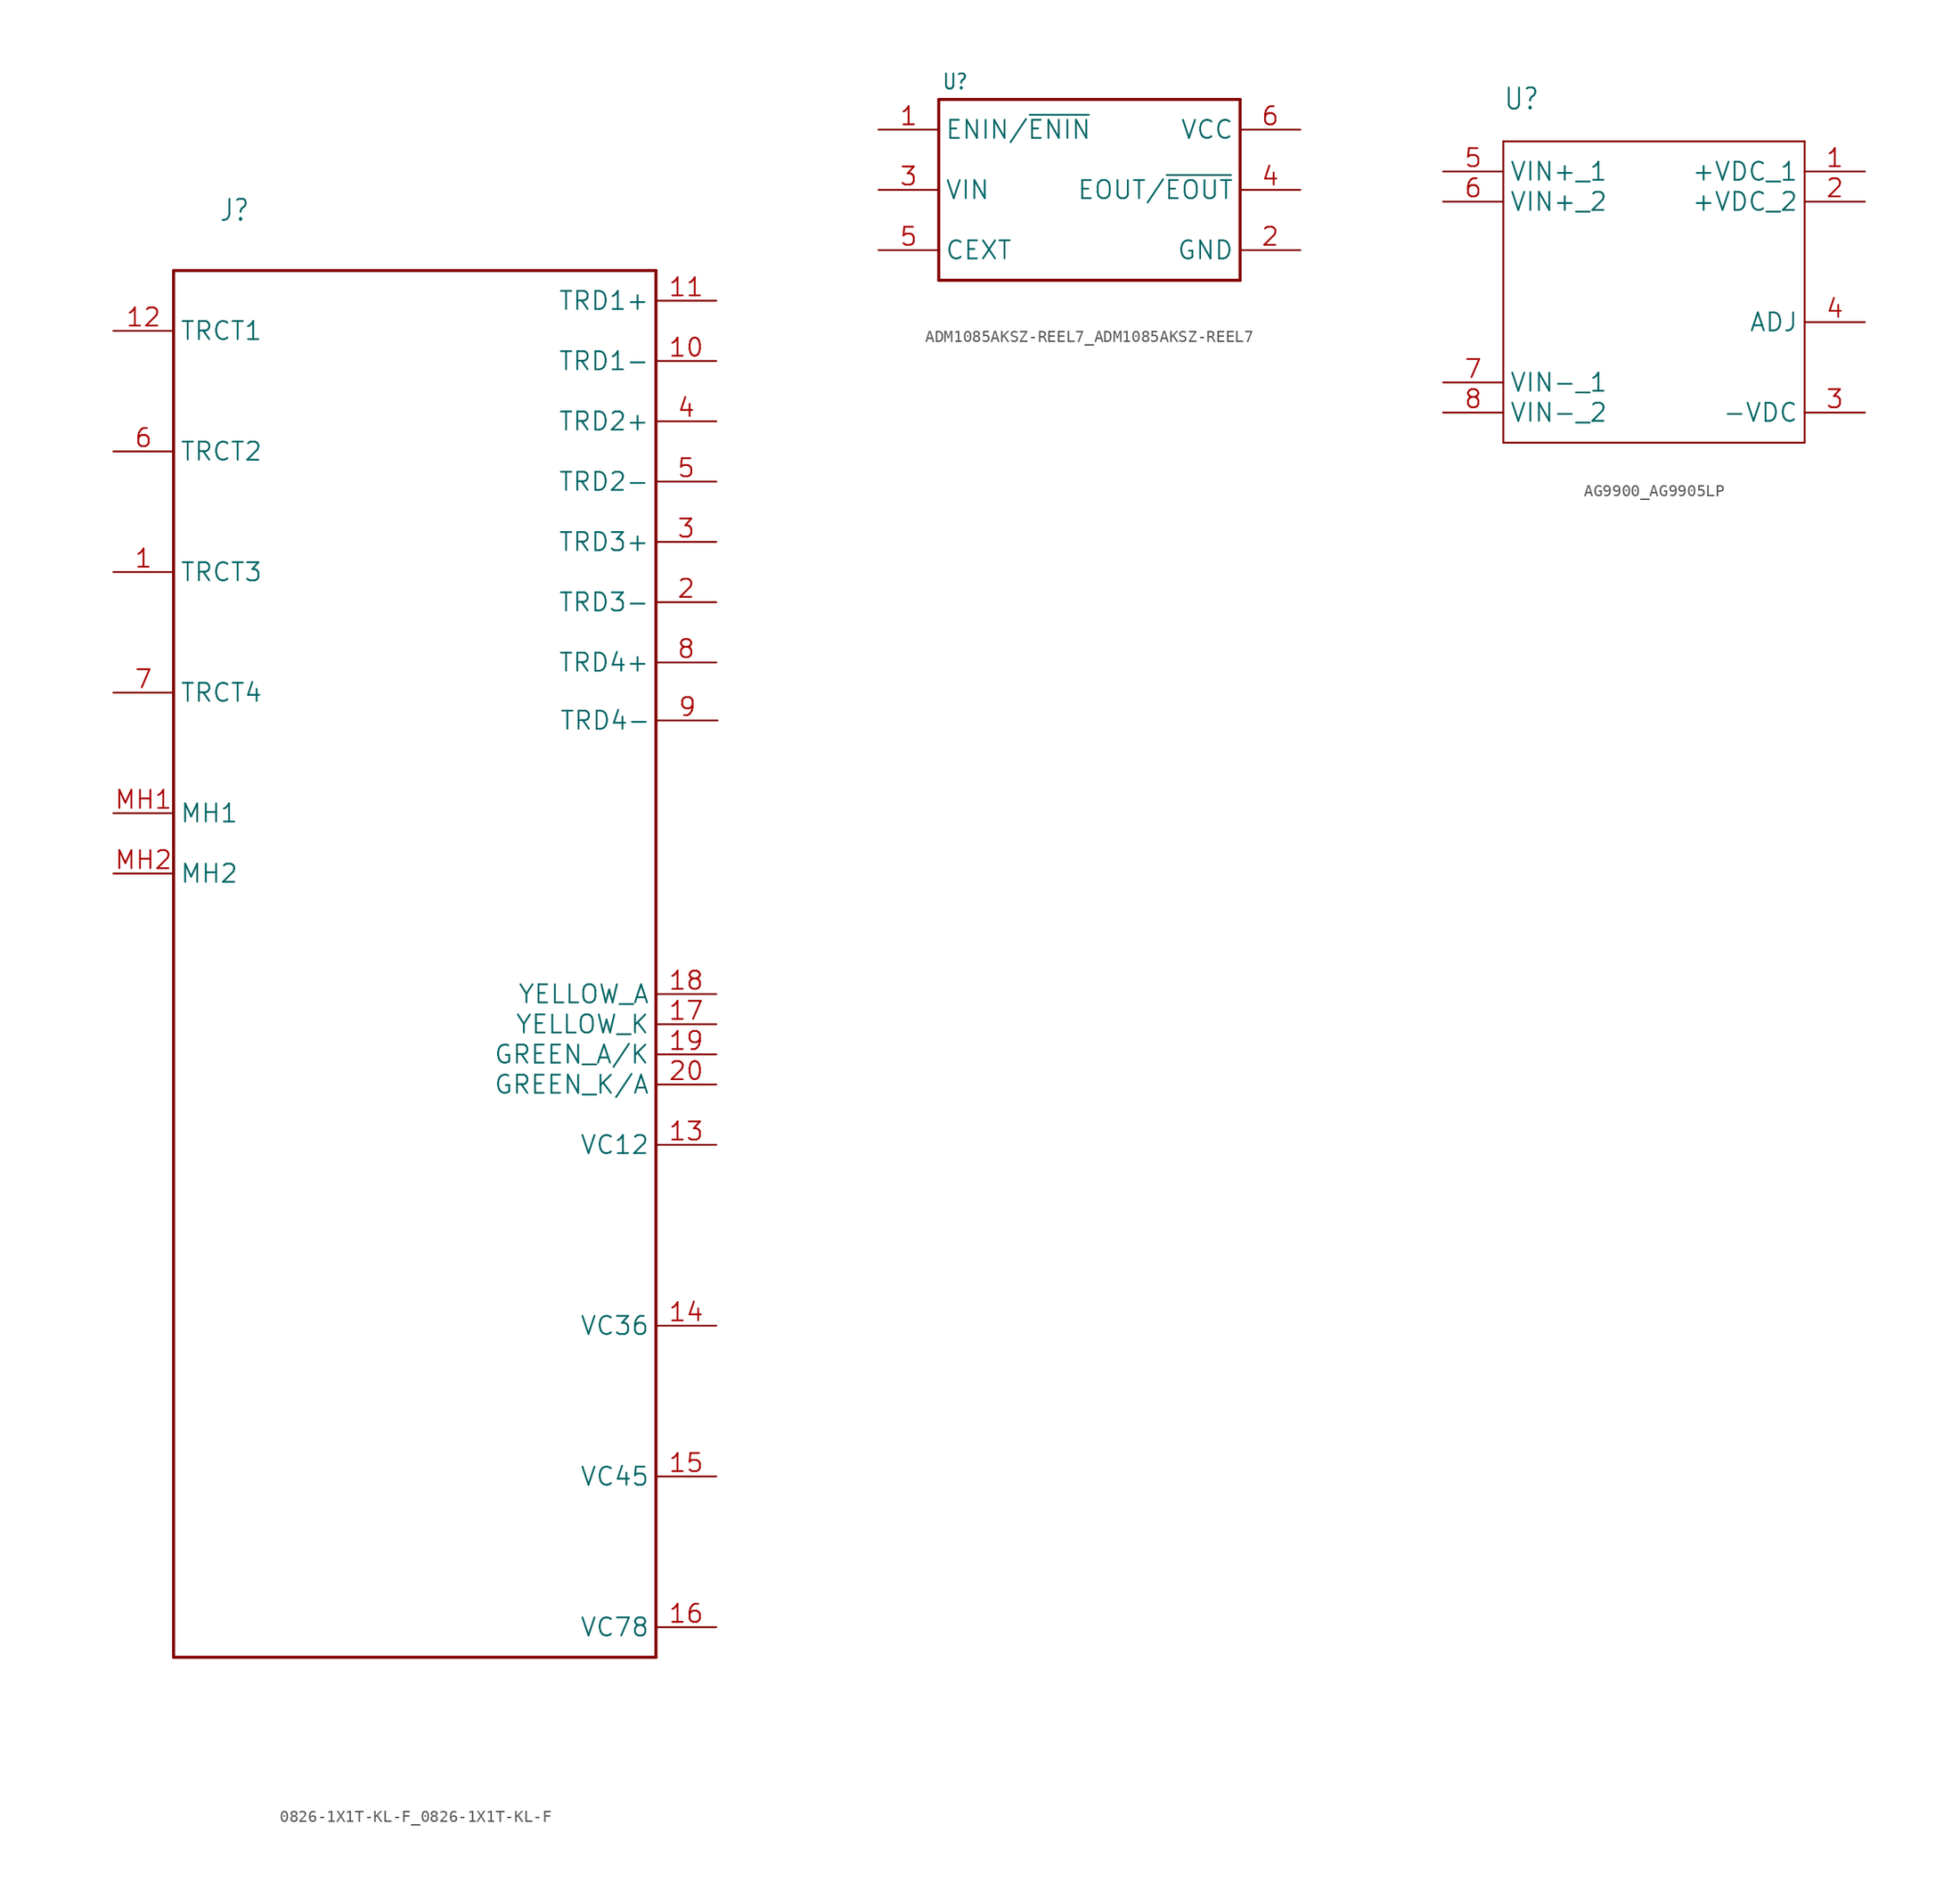
<source format=kicad_sym>
(kicad_symbol_lib
  (version 20241209)
  (generator "kicad_symbol_editor")
  (generator_version "9.0")
  (symbol "0826-1X1T-KL-F_0826-1X1T-KL-F"
    (property "Reference" "J"
      (at -16.51 30.48 0)
      (effects (font (size 1.778 1.511)) (justify left)))
    (property "Value" ""
      (at -16.51 27.94 0)
      (effects (font (size 1.778 1.511)) (justify left)))
    (property "ki_locked" ""
      (at 0 0 0)
      (effects (font (size 1.27 1.27))))
    (symbol "0826-1X1T-KL-F_0826-1X1T-KL-F_1_0"
      (polyline (pts (xy -20.32 25.4) (xy -20.32 -91.44)) (stroke (width 0.254) (type solid)) (fill (type none)))
      (polyline (pts (xy -20.32 25.4) (xy 20.32 25.4)) (stroke (width 0.254) (type solid)) (fill (type none)))
      (polyline (pts (xy 20.32 -91.44) (xy -20.32 -91.44)) (stroke (width 0.254) (type solid)) (fill (type none)))
      (polyline (pts (xy 20.32 -91.44) (xy 20.32 25.4)) (stroke (width 0.254) (type solid)) (fill (type none)))
      (pin bidirectional line (at -25.4 20.32 0) (length 5.08) (name "TRCT1" (effects (font (size 1.524 1.524)))) (number "12" (effects (font (size 1.524 1.524)))))
      (pin bidirectional line (at -25.4 10.16 0) (length 5.08) (name "TRCT2" (effects (font (size 1.524 1.524)))) (number "6" (effects (font (size 1.524 1.524)))))
      (pin bidirectional line (at -25.4 0 0) (length 5.08) (name "TRCT3" (effects (font (size 1.524 1.524)))) (number "1" (effects (font (size 1.524 1.524)))))
      (pin bidirectional line (at -25.4 -10.16 0) (length 5.08) (name "TRCT4" (effects (font (size 1.524 1.524)))) (number "7" (effects (font (size 1.524 1.524)))))
      (pin bidirectional line (at -25.4 -20.32 0) (length 5.08) (name "MH1" (effects (font (size 1.524 1.524)))) (number "MH1" (effects (font (size 1.524 1.524)))))
      (pin bidirectional line (at -25.4 -25.4 0) (length 5.08) (name "MH2" (effects (font (size 1.524 1.524)))) (number "MH2" (effects (font (size 1.524 1.524)))))
      (pin bidirectional line (at 25.4 22.86 180) (length 5.08) (name "TRD1+" (effects (font (size 1.524 1.524)))) (number "11" (effects (font (size 1.524 1.524)))))
      (pin bidirectional line (at 25.4 17.78 180) (length 5.08) (name "TRD1-" (effects (font (size 1.524 1.524)))) (number "10" (effects (font (size 1.524 1.524)))))
      (pin bidirectional line (at 25.4 12.7 180) (length 5.08) (name "TRD2+" (effects (font (size 1.524 1.524)))) (number "4" (effects (font (size 1.524 1.524)))))
      (pin bidirectional line (at 25.4 7.62 180) (length 5.08) (name "TRD2-" (effects (font (size 1.524 1.524)))) (number "5" (effects (font (size 1.524 1.524)))))
      (pin bidirectional line (at 25.4 2.54 180) (length 5.08) (name "TRD3+" (effects (font (size 1.524 1.524)))) (number "3" (effects (font (size 1.524 1.524)))))
      (pin bidirectional line (at 25.4 -2.54 180) (length 5.08) (name "TRD3-" (effects (font (size 1.524 1.524)))) (number "2" (effects (font (size 1.524 1.524)))))
      (pin bidirectional line (at 25.4 -7.62 180) (length 5.08) (name "TRD4+" (effects (font (size 1.524 1.524)))) (number "8" (effects (font (size 1.524 1.524)))))
      (pin bidirectional line (at 25.4 -35.56 180) (length 5.08) (name "YELLOW_A" (effects (font (size 1.524 1.524)))) (number "18" (effects (font (size 1.524 1.524)))))
      (pin bidirectional line (at 25.4 -38.1 180) (length 5.08) (name "YELLOW_K" (effects (font (size 1.524 1.524)))) (number "17" (effects (font (size 1.524 1.524)))))
      (pin bidirectional line (at 25.4 -40.64 180) (length 5.08) (name "GREEN_A/K" (effects (font (size 1.524 1.524)))) (number "19" (effects (font (size 1.524 1.524)))))
      (pin bidirectional line (at 25.4 -43.18 180) (length 5.08) (name "GREEN_K/A" (effects (font (size 1.524 1.524)))) (number "20" (effects (font (size 1.524 1.524)))))
      (pin bidirectional line (at 25.4 -48.26 180) (length 5.08) (name "VC12" (effects (font (size 1.524 1.524)))) (number "13" (effects (font (size 1.524 1.524)))))
      (pin bidirectional line (at 25.4 -63.5 180) (length 5.08) (name "VC36" (effects (font (size 1.524 1.524)))) (number "14" (effects (font (size 1.524 1.524)))))
      (pin bidirectional line (at 25.4 -76.2 180) (length 5.08) (name "VC45" (effects (font (size 1.524 1.524)))) (number "15" (effects (font (size 1.524 1.524)))))
      (pin bidirectional line (at 25.4 -88.9 180) (length 5.08) (name "VC78" (effects (font (size 1.524 1.524)))) (number "16" (effects (font (size 1.524 1.524)))))
      (pin bidirectional line (at 25.508 -12.508 180) (length 5.08) (name "TRD4-" (effects (font (size 1.524 1.524)))) (number "9" (effects (font (size 1.524 1.524)))))))
  (symbol "ADM1085AKSZ-REEL7_ADM1085AKSZ-REEL7"
    (property "Reference" "U"
      (at -12.446 8.382 0)
      (effects (font (size 1.27 1.079)) (justify left bottom)))
    (property "Value" ""
      (at -11.938 -9.398 0)
      (effects (font (size 1.27 1.079)) (justify left bottom)))
    (property "ki_locked" ""
      (at 0 0 0)
      (effects (font (size 1.27 1.27))))
    (symbol "ADM1085AKSZ-REEL7_ADM1085AKSZ-REEL7_1_0"
      (polyline (pts (xy -12.7 7.62) (xy -12.7 -7.62)) (stroke (width 0.254) (type solid)) (fill (type none)))
      (polyline (pts (xy -12.7 -7.62) (xy 12.7 -7.62)) (stroke (width 0.254) (type solid)) (fill (type none)))
      (polyline (pts (xy 12.7 7.62) (xy -12.7 7.62)) (stroke (width 0.254) (type solid)) (fill (type none)))
      (polyline (pts (xy 12.7 -7.62) (xy 12.7 7.62)) (stroke (width 0.254) (type solid)) (fill (type none)))
      (pin input line (at -17.78 5.08 0) (length 5.08) (name "ENIN/~{ENIN}" (effects (font (size 1.524 1.524)))) (number "1" (effects (font (size 1.524 1.524)))))
      (pin input line (at -17.78 0 0) (length 5.08) (name "VIN" (effects (font (size 1.524 1.524)))) (number "3" (effects (font (size 1.524 1.524)))))
      (pin passive line (at -17.78 -5.08 0) (length 5.08) (name "CEXT" (effects (font (size 1.524 1.524)))) (number "5" (effects (font (size 1.524 1.524)))))
      (pin power_in line (at 17.78 5.08 180) (length 5.08) (name "VCC" (effects (font (size 1.524 1.524)))) (number "6" (effects (font (size 1.524 1.524)))))
      (pin output line (at 17.78 0 180) (length 5.08) (name "EOUT/~{EOUT}" (effects (font (size 1.524 1.524)))) (number "4" (effects (font (size 1.524 1.524)))))
      (pin power_in line (at 17.78 -5.08 180) (length 5.08) (name "GND" (effects (font (size 1.524 1.524)))) (number "2" (effects (font (size 1.524 1.524)))))))
  (symbol "AG9900_AG9905LP"
    (property "Reference" "U"
      (at -12.7 15.24 0)
      (effects (font (size 1.778 1.511)) (justify left bottom)))
    (property "Value" ""
      (at -12.7 12.7 0)
      (effects (font (size 1.778 1.511)) (justify left bottom)))
    (property "ki_locked" ""
      (at 0 0 0)
      (effects (font (size 1.27 1.27))))
    (symbol "AG9900_AG9905LP_1_0"
      (polyline (pts (xy -12.7 12.7) (xy -12.7 -12.7)) (stroke (width 0.152) (type solid)) (fill (type none)))
      (polyline (pts (xy -12.7 -12.7) (xy 12.7 -12.7)) (stroke (width 0.152) (type solid)) (fill (type none)))
      (polyline (pts (xy 12.7 12.7) (xy -12.7 12.7)) (stroke (width 0.152) (type solid)) (fill (type none)))
      (polyline (pts (xy 12.7 -12.7) (xy 12.7 12.7)) (stroke (width 0.152) (type solid)) (fill (type none)))
      (pin bidirectional line (at -17.78 10.16 0) (length 5.08) (name "VIN+_1" (effects (font (size 1.524 1.524)))) (number "5" (effects (font (size 1.524 1.524)))))
      (pin bidirectional line (at -17.78 7.62 0) (length 5.08) (name "VIN+_2" (effects (font (size 1.524 1.524)))) (number "6" (effects (font (size 1.524 1.524)))))
      (pin bidirectional line (at -17.78 -7.62 0) (length 5.08) (name "VIN-_1" (effects (font (size 1.524 1.524)))) (number "7" (effects (font (size 1.524 1.524)))))
      (pin bidirectional line (at -17.78 -10.16 0) (length 5.08) (name "VIN-_2" (effects (font (size 1.524 1.524)))) (number "8" (effects (font (size 1.524 1.524)))))
      (pin bidirectional line (at 17.78 10.16 180) (length 5.08) (name "+VDC_1" (effects (font (size 1.524 1.524)))) (number "1" (effects (font (size 1.524 1.524)))))
      (pin bidirectional line (at 17.78 7.62 180) (length 5.08) (name "+VDC_2" (effects (font (size 1.524 1.524)))) (number "2" (effects (font (size 1.524 1.524)))))
      (pin bidirectional line (at 17.78 -2.54 180) (length 5.08) (name "ADJ" (effects (font (size 1.524 1.524)))) (number "4" (effects (font (size 1.524 1.524)))))
      (pin bidirectional line (at 17.78 -10.16 180) (length 5.08) (name "-VDC" (effects (font (size 1.524 1.524)))) (number "3" (effects (font (size 1.524 1.524))))))))
</source>
